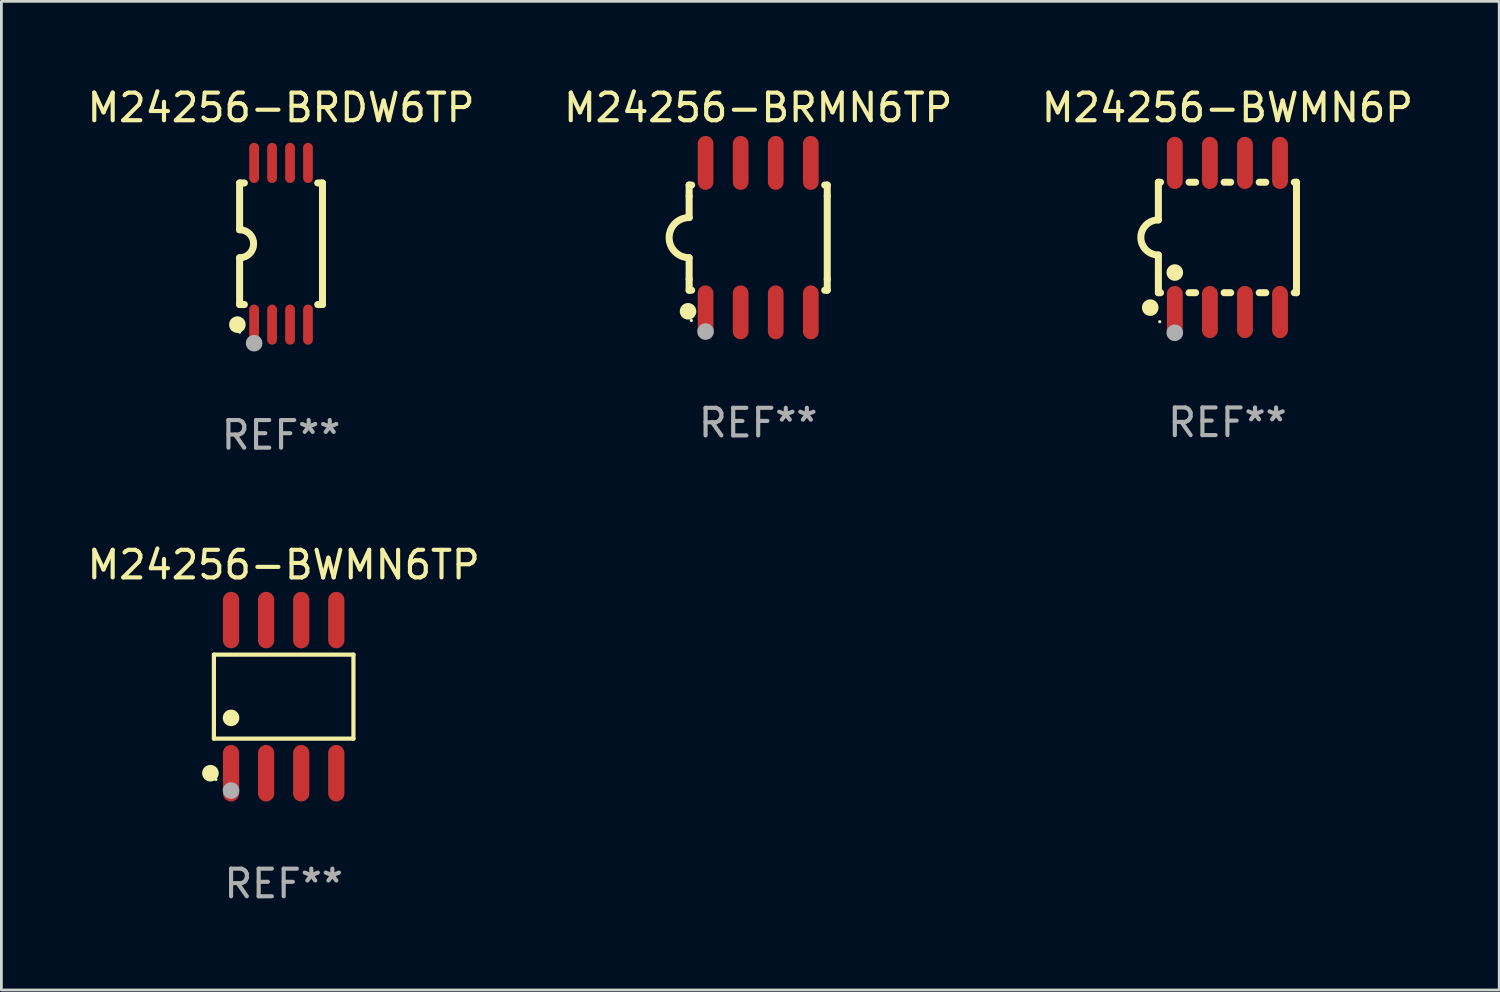
<source format=kicad_pcb>
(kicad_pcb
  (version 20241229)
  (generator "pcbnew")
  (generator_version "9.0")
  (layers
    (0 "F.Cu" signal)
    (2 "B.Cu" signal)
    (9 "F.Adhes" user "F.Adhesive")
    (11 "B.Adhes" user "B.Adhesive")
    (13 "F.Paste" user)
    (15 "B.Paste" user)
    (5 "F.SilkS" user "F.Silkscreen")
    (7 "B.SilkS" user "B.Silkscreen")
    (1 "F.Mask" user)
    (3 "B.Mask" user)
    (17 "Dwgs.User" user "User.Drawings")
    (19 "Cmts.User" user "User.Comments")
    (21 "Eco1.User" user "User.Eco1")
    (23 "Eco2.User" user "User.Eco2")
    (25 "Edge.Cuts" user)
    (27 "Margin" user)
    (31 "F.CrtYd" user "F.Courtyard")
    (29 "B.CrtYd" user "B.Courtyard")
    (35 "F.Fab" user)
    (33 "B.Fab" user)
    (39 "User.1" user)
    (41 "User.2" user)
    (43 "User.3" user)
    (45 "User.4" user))
  (footprint "M24256-BRDW6TP"
    (layer "F.Cu")
    (at 7.125 5.775)
    (property "Reference" "M24256-BRDW6TP" (at 0 -4.927 0) (layer "F.SilkS") (effects (font (size 1 1) (thickness 0.15))))
    (attr through_hole)
    (fp_line (start -1.5 -2.2) (end -1.5 -0.508) (stroke (width 0.254) (type solid)) (layer "F.SilkS"))
    (fp_line (start -1.5 -2.2) (end -1.328 -2.2) (stroke (width 0.254) (type solid)) (layer "F.SilkS"))
    (fp_line (start -1.5 2.2) (end -1.5 0.508) (stroke (width 0.254) (type solid)) (layer "F.SilkS"))
    (fp_line (start -1.5 2.2) (end -1.328 2.2) (stroke (width 0.254) (type solid)) (layer "F.SilkS"))
    (fp_line (start 1.328 -2.2) (end 1.5 -2.2) (stroke (width 0.254) (type solid)) (layer "F.SilkS"))
    (fp_line (start 1.328 2.2) (end 1.5 2.2) (stroke (width 0.254) (type solid)) (layer "F.SilkS"))
    (fp_line (start 1.5 -2.2) (end 1.5 2.2) (stroke (width 0.254) (type solid)) (layer "F.SilkS"))
    (fp_arc (start -1.501144 -0.508) (mid -0.993143 -0.000571) (end -1.5 0.508001) (stroke (width 0.254001) (type solid)) (layer "F.SilkS"))
    (fp_circle (center -1.581 2.927) (end -1.431 2.927) (stroke (width 0.3) (type solid)) (fill no) (layer "F.SilkS"))
    (fp_circle (center -1.5 3.2) (end -1.47 3.2) (stroke (width 0.06) (type solid)) (fill no) (layer "F.SilkS"))
    (fp_circle (center -0.975 3.6) (end -0.825 3.6) (stroke (width 0.3) (type solid)) (fill no) (layer "F.Fab"))
    (fp_text user "REF**" (at 0 6.927 0) (layer "F.Fab") (effects (font (size 1 1) (thickness 0.15))))
    (pad "1" smd oval (at -0.975 2.927) (size 0.353 1.454) (layers "F.Cu" "F.Mask" "F.Paste"))
    (pad "2" smd oval (at -0.325 2.927) (size 0.353 1.454) (layers "F.Cu" "F.Mask" "F.Paste"))
    (pad "3" smd oval (at 0.325 2.927) (size 0.353 1.454) (layers "F.Cu" "F.Mask" "F.Paste"))
    (pad "4" smd oval (at 0.975 2.927) (size 0.353 1.454) (layers "F.Cu" "F.Mask" "F.Paste"))
    (pad "5" smd oval (at 0.975 -2.927) (size 0.353 1.454) (layers "F.Cu" "F.Mask" "F.Paste"))
    (pad "6" smd oval (at 0.325 -2.927) (size 0.353 1.454) (layers "F.Cu" "F.Mask" "F.Paste"))
    (pad "7" smd oval (at -0.325 -2.927) (size 0.353 1.454) (layers "F.Cu" "F.Mask" "F.Paste"))
    (pad "8" smd oval (at -0.975 -2.927) (size 0.353 1.454) (layers "F.Cu" "F.Mask" "F.Paste")))
  (footprint "M24256-BWMN6P"
    (layer "F.Cu")
    (at 41.387 5.547)
    (property "Reference" "M24256-BWMN6P" (at 0 -4.699 0) (layer "F.SilkS") (effects (font (size 1 1) (thickness 0.15))))
    (attr through_hole)
    (fp_line (start -2.5 -2) (end -2.5 -0.635) (stroke (width 0.254) (type solid)) (layer "F.SilkS"))
    (fp_line (start -2.5 -2) (end -2.421 -2) (stroke (width 0.254) (type solid)) (layer "F.SilkS"))
    (fp_line (start -2.5 2) (end -2.5 0.635) (stroke (width 0.254) (type solid)) (layer "F.SilkS"))
    (fp_line (start -2.5 2) (end -2.421 2) (stroke (width 0.254) (type solid)) (layer "F.SilkS"))
    (fp_line (start -1.389 -2) (end -1.151 -2) (stroke (width 0.254) (type solid)) (layer "F.SilkS"))
    (fp_line (start -1.389 2) (end -1.151 2) (stroke (width 0.254) (type solid)) (layer "F.SilkS"))
    (fp_line (start -0.119 -2) (end 0.119 -2) (stroke (width 0.254) (type solid)) (layer "F.SilkS"))
    (fp_line (start -0.119 2) (end 0.119 2) (stroke (width 0.254) (type solid)) (layer "F.SilkS"))
    (fp_line (start 1.151 -2) (end 1.389 -2) (stroke (width 0.254) (type solid)) (layer "F.SilkS"))
    (fp_line (start 1.151 2) (end 1.389 2) (stroke (width 0.254) (type solid)) (layer "F.SilkS"))
    (fp_line (start 2.421 -2) (end 2.5 -2) (stroke (width 0.254) (type solid)) (layer "F.SilkS"))
    (fp_line (start 2.421 2) (end 2.5 2) (stroke (width 0.254) (type solid)) (layer "F.SilkS"))
    (fp_line (start 2.5 -2) (end 2.5 2) (stroke (width 0.254) (type solid)) (layer "F.SilkS"))
    (fp_arc (start -2.5 0.635001) (mid -3.134366 -0.000318) (end -2.499365 -0.635001) (stroke (width 0.254001) (type solid)) (layer "F.SilkS"))
    (fp_circle (center -2.794 2.54) (end -2.644 2.54) (stroke (width 0.3) (type solid)) (fill no) (layer "F.SilkS"))
    (fp_circle (center -2.45 3.05) (end -2.42 3.05) (stroke (width 0.06) (type solid)) (fill no) (layer "F.SilkS"))
    (fp_circle (center -1.905 1.27) (end -1.755 1.27) (stroke (width 0.3) (type solid)) (fill no) (layer "F.SilkS"))
    (fp_circle (center -1.905 3.45) (end -1.755 3.45) (stroke (width 0.3) (type solid)) (fill no) (layer "F.Fab"))
    (fp_text user "REF**" (at 0 6.699 0) (layer "F.Fab") (effects (font (size 1 1) (thickness 0.15))))
    (pad "1" smd oval (at -1.905 2.699) (size 0.574 1.888) (layers "F.Cu" "F.Mask" "F.Paste"))
    (pad "2" smd oval (at -0.635 2.699) (size 0.574 1.888) (layers "F.Cu" "F.Mask" "F.Paste"))
    (pad "3" smd oval (at 0.635 2.699) (size 0.574 1.888) (layers "F.Cu" "F.Mask" "F.Paste"))
    (pad "4" smd oval (at 1.905 2.699) (size 0.574 1.888) (layers "F.Cu" "F.Mask" "F.Paste"))
    (pad "5" smd oval (at 1.905 -2.699) (size 0.574 1.888) (layers "F.Cu" "F.Mask" "F.Paste"))
    (pad "6" smd oval (at 0.635 -2.699) (size 0.574 1.888) (layers "F.Cu" "F.Mask" "F.Paste"))
    (pad "7" smd oval (at -0.635 -2.699) (size 0.574 1.888) (layers "F.Cu" "F.Mask" "F.Paste"))
    (pad "8" smd oval (at -1.905 -2.699) (size 0.574 1.888) (layers "F.Cu" "F.Mask" "F.Paste")))
  (footprint "M24256-BWMN6TP"
    (layer "F.Cu")
    (at 7.22 22.171)
    (property "Reference" "M24256-BWMN6TP" (at 0 -4.772 0) (layer "F.SilkS") (effects (font (size 1 1) (thickness 0.15))))
    (attr through_hole)
    (fp_line (start -2.526 -1.521) (end 2.526 -1.521) (stroke (width 0.152) (type solid)) (layer "F.SilkS"))
    (fp_line (start -2.526 1.521) (end -2.526 -1.521) (stroke (width 0.152) (type solid)) (layer "F.SilkS"))
    (fp_line (start 2.526 -1.521) (end 2.526 1.521) (stroke (width 0.152) (type solid)) (layer "F.SilkS"))
    (fp_line (start 2.526 1.521) (end -2.526 1.521) (stroke (width 0.152) (type solid)) (layer "F.SilkS"))
    (fp_circle (center -2.652 2.772) (end -2.501 2.772) (stroke (width 0.3) (type solid)) (fill no) (layer "F.SilkS"))
    (fp_circle (center -2.45 3) (end -2.42 3) (stroke (width 0.06) (type solid)) (fill no) (layer "F.SilkS"))
    (fp_circle (center -1.905 0.769) (end -1.755 0.769) (stroke (width 0.3) (type solid)) (fill no) (layer "F.SilkS"))
    (fp_circle (center -1.905 3.4) (end -1.755 3.4) (stroke (width 0.3) (type solid)) (fill no) (layer "F.Fab"))
    (fp_text user "REF**" (at 0 6.772 0) (layer "F.Fab") (effects (font (size 1 1) (thickness 0.15))))
    (pad "1" smd oval (at -1.905 2.772) (size 0.588 2.045) (layers "F.Cu" "F.Mask" "F.Paste"))
    (pad "2" smd oval (at -0.635 2.772) (size 0.588 2.045) (layers "F.Cu" "F.Mask" "F.Paste"))
    (pad "3" smd oval (at 0.635 2.772) (size 0.588 2.045) (layers "F.Cu" "F.Mask" "F.Paste"))
    (pad "4" smd oval (at 1.905 2.772) (size 0.588 2.045) (layers "F.Cu" "F.Mask" "F.Paste"))
    (pad "5" smd oval (at 1.905 -2.772) (size 0.588 2.045) (layers "F.Cu" "F.Mask" "F.Paste"))
    (pad "6" smd oval (at 0.635 -2.772) (size 0.588 2.045) (layers "F.Cu" "F.Mask" "F.Paste"))
    (pad "7" smd oval (at -0.635 -2.772) (size 0.588 2.045) (layers "F.Cu" "F.Mask" "F.Paste"))
    (pad "8" smd oval (at -1.905 -2.772) (size 0.588 2.045) (layers "F.Cu" "F.Mask" "F.Paste")))
  (footprint "M24256-BRMN6TP"
    (layer "F.Cu")
    (at 24.399 5.553)
    (property "Reference" "M24256-BRMN6TP" (at 0 -4.705 0) (layer "F.SilkS") (effects (font (size 1 1) (thickness 0.15))))
    (attr through_hole)
    (fp_line (start -2.5 -1.905) (end -2.409 -1.905) (stroke (width 0.254) (type solid)) (layer "F.SilkS"))
    (fp_line (start -2.5 -1.5) (end -2.5 -1.905) (stroke (width 0.254) (type solid)) (layer "F.SilkS"))
    (fp_line (start -2.5 -1.5) (end -2.5 -0.726) (stroke (width 0.254) (type solid)) (layer "F.SilkS"))
    (fp_line (start -2.5 1.5) (end -2.5 0.727) (stroke (width 0.254) (type solid)) (layer "F.SilkS"))
    (fp_line (start -2.5 1.5) (end -2.5 1.905) (stroke (width 0.254) (type solid)) (layer "F.SilkS"))
    (fp_line (start -2.5 1.905) (end -2.409 1.905) (stroke (width 0.254) (type solid)) (layer "F.SilkS"))
    (fp_line (start 2.5 -1.905) (end 2.409 -1.905) (stroke (width 0.254) (type solid)) (layer "F.SilkS"))
    (fp_line (start 2.5 -1.5) (end 2.5 -1.905) (stroke (width 0.254) (type solid)) (layer "F.SilkS"))
    (fp_line (start 2.5 -1.5) (end 2.5 1.5) (stroke (width 0.254) (type solid)) (layer "F.SilkS"))
    (fp_line (start 2.5 1.5) (end 2.5 1.905) (stroke (width 0.254) (type solid)) (layer "F.SilkS"))
    (fp_line (start 2.5 1.905) (end 2.409 1.905) (stroke (width 0.254) (type solid)) (layer "F.SilkS"))
    (fp_arc (start -2.5 0.726568) (mid -3.220316 -0.0023) (end -2.495097 -0.726289) (stroke (width 0.254001) (type solid)) (layer "F.SilkS"))
    (fp_circle (center -2.54 2.667) (end -2.39 2.667) (stroke (width 0.3) (type solid)) (fill no) (layer "F.SilkS"))
    (fp_circle (center -2.42 3) (end -2.39 3) (stroke (width 0.06) (type solid)) (fill no) (layer "F.SilkS"))
    (fp_circle (center -1.905 3.4) (end -1.755 3.4) (stroke (width 0.3) (type solid)) (fill no) (layer "F.Fab"))
    (fp_text user "REF**" (at 0 6.705 0) (layer "F.Fab") (effects (font (size 1 1) (thickness 0.15))))
    (pad "1" smd oval (at -1.905 2.705) (size 0.568 1.95) (layers "F.Cu" "F.Mask" "F.Paste"))
    (pad "2" smd oval (at -0.635 2.705) (size 0.568 1.95) (layers "F.Cu" "F.Mask" "F.Paste"))
    (pad "3" smd oval (at 0.635 2.705) (size 0.568 1.95) (layers "F.Cu" "F.Mask" "F.Paste"))
    (pad "4" smd oval (at 1.905 2.705) (size 0.568 1.95) (layers "F.Cu" "F.Mask" "F.Paste"))
    (pad "5" smd oval (at 1.905 -2.705) (size 0.568 1.95) (layers "F.Cu" "F.Mask" "F.Paste"))
    (pad "6" smd oval (at 0.635 -2.705) (size 0.568 1.95) (layers "F.Cu" "F.Mask" "F.Paste"))
    (pad "7" smd oval (at -0.635 -2.705) (size 0.568 1.95) (layers "F.Cu" "F.Mask" "F.Paste"))
    (pad "8" smd oval (at -1.905 -2.705) (size 0.568 1.95) (layers "F.Cu" "F.Mask" "F.Paste")))
  (gr_rect
    (start -3 -3)
    (end 51.226 32.792)
    (stroke (width 0.1) (type default))
    (fill no)
    (layer "Edge.Cuts")))
</source>
